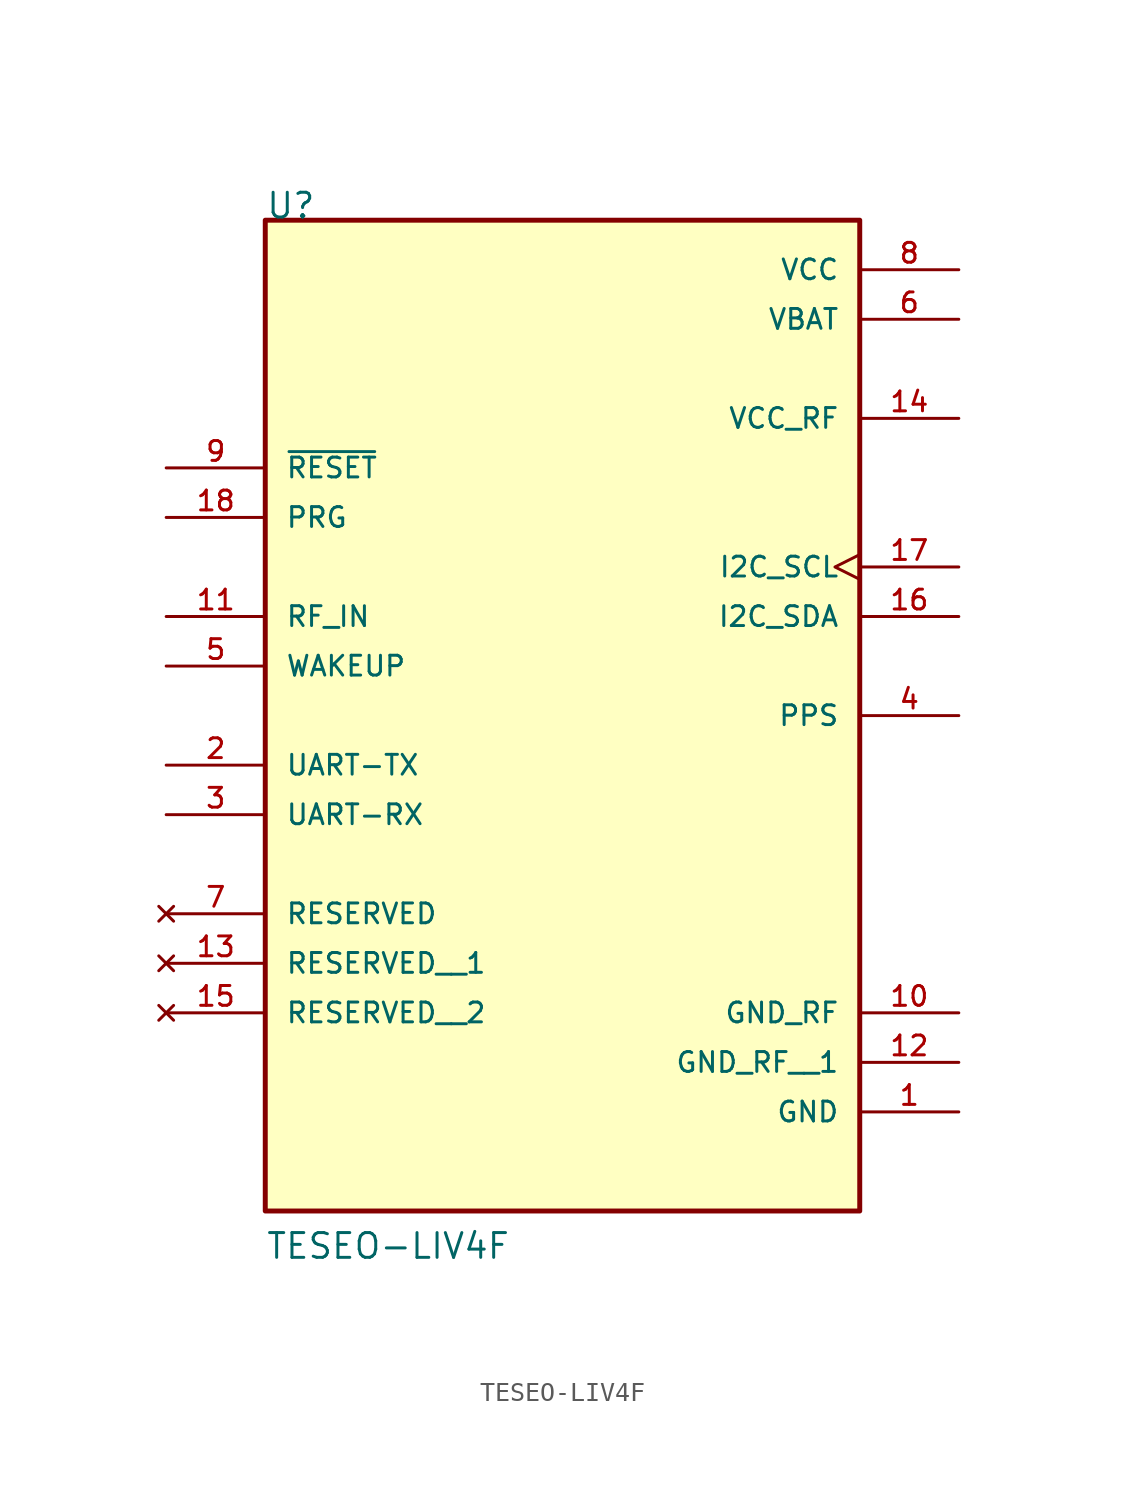
<source format=kicad_sym>
(kicad_symbol_lib
  (version 20211014)
  (generator kicad_symbol_editor)
  (symbol "TESEO-LIV4F"
    (pin_names
      (offset 1.016))
    (property "Reference" "U"
      (at -15.24 22.86 0)
      (effects (font (size 1.27 1.27)) (justify bottom left)))
    (property "Value" "TESEO-LIV4F"
      (at -15.24 -30.48 0)
      (effects (font (size 1.27 1.27)) (justify bottom left)))
    (symbol "TESEO-LIV4F_0_0"
      (rectangle (start -15.24 -27.94) (end 15.24 22.86) (stroke (width 0.254)) (fill (type background)))
      (pin output line (at -20.32 -5.08 0) (length 5.08) (name "UART-TX" (effects (font (size 1.016 1.016)))) (number "2" (effects (font (size 1.016 1.016)))))
      (pin input line (at -20.32 -7.62 0) (length 5.08) (name "UART-RX" (effects (font (size 1.016 1.016)))) (number "3" (effects (font (size 1.016 1.016)))))
      (pin output line (at 20.32 -2.54 180.0) (length 5.08) (name "PPS" (effects (font (size 1.016 1.016)))) (number "4" (effects (font (size 1.016 1.016)))))
      (pin input line (at -20.32 0.0 0) (length 5.08) (name "WAKEUP" (effects (font (size 1.016 1.016)))) (number "5" (effects (font (size 1.016 1.016)))))
      (pin power_in line (at 20.32 17.78 180.0) (length 5.08) (name "VBAT" (effects (font (size 1.016 1.016)))) (number "6" (effects (font (size 1.016 1.016)))))
      (pin no_connect line (at -20.32 -12.7 0) (length 5.08) (name "RESERVED" (effects (font (size 1.016 1.016)))) (number "7" (effects (font (size 1.016 1.016)))))
      (pin power_in line (at 20.32 20.32 180.0) (length 5.08) (name "VCC" (effects (font (size 1.016 1.016)))) (number "8" (effects (font (size 1.016 1.016)))))
      (pin input line (at -20.32 10.16 0) (length 5.08) (name "~{RESET}" (effects (font (size 1.016 1.016)))) (number "9" (effects (font (size 1.016 1.016)))))
      (pin power_in line (at 20.32 -17.78 180.0) (length 5.08) (name "GND_RF" (effects (font (size 1.016 1.016)))) (number "10" (effects (font (size 1.016 1.016)))))
      (pin input line (at -20.32 2.54 0) (length 5.08) (name "RF_IN" (effects (font (size 1.016 1.016)))) (number "11" (effects (font (size 1.016 1.016)))))
      (pin bidirectional line (at 20.32 2.54 180.0) (length 5.08) (name "I2C_SDA" (effects (font (size 1.016 1.016)))) (number "16" (effects (font (size 1.016 1.016)))))
      (pin bidirectional clock (at 20.32 5.08 180.0) (length 5.08) (name "I2C_SCL" (effects (font (size 1.016 1.016)))) (number "17" (effects (font (size 1.016 1.016)))))
      (pin input line (at -20.32 7.62 0) (length 5.08) (name "PRG" (effects (font (size 1.016 1.016)))) (number "18" (effects (font (size 1.016 1.016)))))
      (pin power_in line (at 20.32 12.7 180.0) (length 5.08) (name "VCC_RF" (effects (font (size 1.016 1.016)))) (number "14" (effects (font (size 1.016 1.016)))))
      (pin power_in line (at 20.32 -22.86 180.0) (length 5.08) (name "GND" (effects (font (size 1.016 1.016)))) (number "1" (effects (font (size 1.016 1.016)))))
      (pin no_connect line (at -20.32 -15.24 0) (length 5.08) (name "RESERVED__1" (effects (font (size 1.016 1.016)))) (number "13" (effects (font (size 1.016 1.016)))))
      (pin no_connect line (at -20.32 -17.78 0) (length 5.08) (name "RESERVED__2" (effects (font (size 1.016 1.016)))) (number "15" (effects (font (size 1.016 1.016)))))
      (pin power_in line (at 20.32 -20.32 180.0) (length 5.08) (name "GND_RF__1" (effects (font (size 1.016 1.016)))) (number "12" (effects (font (size 1.016 1.016))))))))
</source>
